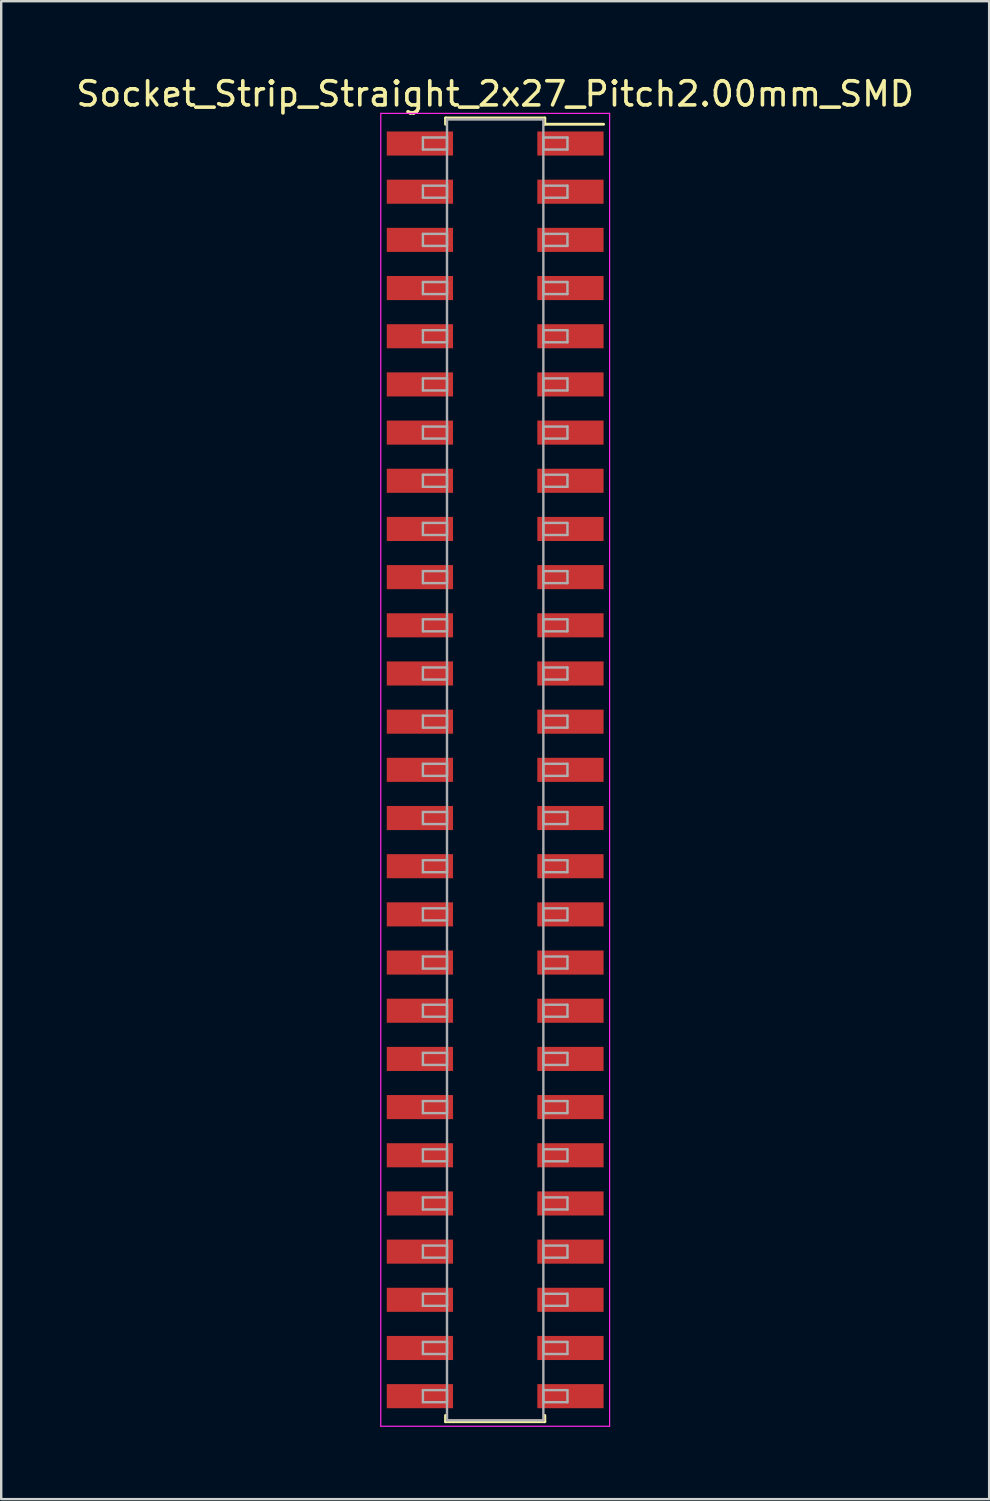
<source format=kicad_pcb>
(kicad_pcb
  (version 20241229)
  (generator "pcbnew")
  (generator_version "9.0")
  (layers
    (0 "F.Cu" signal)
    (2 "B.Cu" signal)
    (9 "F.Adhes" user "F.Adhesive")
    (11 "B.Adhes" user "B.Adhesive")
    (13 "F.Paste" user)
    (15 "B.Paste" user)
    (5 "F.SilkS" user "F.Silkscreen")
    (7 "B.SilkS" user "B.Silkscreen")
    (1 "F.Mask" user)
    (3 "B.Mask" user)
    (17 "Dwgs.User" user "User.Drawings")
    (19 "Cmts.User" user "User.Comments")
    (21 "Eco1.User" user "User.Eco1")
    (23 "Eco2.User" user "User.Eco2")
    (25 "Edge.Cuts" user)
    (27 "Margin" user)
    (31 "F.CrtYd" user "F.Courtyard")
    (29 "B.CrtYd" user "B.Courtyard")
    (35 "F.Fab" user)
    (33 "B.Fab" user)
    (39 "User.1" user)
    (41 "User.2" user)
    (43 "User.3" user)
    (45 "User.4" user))
  (footprint "Socket_Strip_Straight_2x27_Pitch2.00mm_SMD"
    (layer "F.Cu")
    (at 17.506 28.908)
    (property "Reference" "Socket_Strip_Straight_2x27_Pitch2.00mm_SMD" (at 0 -28.06 0) (layer "F.SilkS") (effects (font (size 1 1) (thickness 0.15))))
    (attr smd)
    (fp_line (start -2.06 -27.06) (end 2.06 -27.06) (stroke (width 0.12) (type solid)) (layer "F.SilkS"))
    (fp_line (start -2.06 -26.8) (end -2.06 -27.06) (stroke (width 0.12) (type solid)) (layer "F.SilkS"))
    (fp_line (start -2.06 26.8) (end -2.06 27.06) (stroke (width 0.12) (type solid)) (layer "F.SilkS"))
    (fp_line (start -2.06 27.06) (end 2.06 27.06) (stroke (width 0.12) (type solid)) (layer "F.SilkS"))
    (fp_line (start 2.06 -27.06) (end 2.06 -26.8) (stroke (width 0.12) (type solid)) (layer "F.SilkS"))
    (fp_line (start 2.06 27.06) (end 2.06 26.8) (stroke (width 0.12) (type solid)) (layer "F.SilkS"))
    (fp_line (start 4.5 -26.8) (end 2.06 -26.8) (stroke (width 0.12) (type solid)) (layer "F.SilkS"))
    (fp_line (start -4.75 -27.25) (end -4.75 27.25) (stroke (width 0.05) (type solid)) (layer "F.CrtYd"))
    (fp_line (start -4.75 27.25) (end 4.75 27.25) (stroke (width 0.05) (type solid)) (layer "F.CrtYd"))
    (fp_line (start 4.75 -27.25) (end -4.75 -27.25) (stroke (width 0.05) (type solid)) (layer "F.CrtYd"))
    (fp_line (start 4.75 27.25) (end 4.75 -27.25) (stroke (width 0.05) (type solid)) (layer "F.CrtYd"))
    (fp_line (start -3 -26.25) (end -2 -26.25) (stroke (width 0.1) (type solid)) (layer "F.Fab"))
    (fp_line (start -3 -25.75) (end -3 -26.25) (stroke (width 0.1) (type solid)) (layer "F.Fab"))
    (fp_line (start -3 -24.25) (end -2 -24.25) (stroke (width 0.1) (type solid)) (layer "F.Fab"))
    (fp_line (start -3 -23.75) (end -3 -24.25) (stroke (width 0.1) (type solid)) (layer "F.Fab"))
    (fp_line (start -3 -22.25) (end -2 -22.25) (stroke (width 0.1) (type solid)) (layer "F.Fab"))
    (fp_line (start -3 -21.75) (end -3 -22.25) (stroke (width 0.1) (type solid)) (layer "F.Fab"))
    (fp_line (start -3 -20.25) (end -2 -20.25) (stroke (width 0.1) (type solid)) (layer "F.Fab"))
    (fp_line (start -3 -19.75) (end -3 -20.25) (stroke (width 0.1) (type solid)) (layer "F.Fab"))
    (fp_line (start -3 -18.25) (end -2 -18.25) (stroke (width 0.1) (type solid)) (layer "F.Fab"))
    (fp_line (start -3 -17.75) (end -3 -18.25) (stroke (width 0.1) (type solid)) (layer "F.Fab"))
    (fp_line (start -3 -16.25) (end -2 -16.25) (stroke (width 0.1) (type solid)) (layer "F.Fab"))
    (fp_line (start -3 -15.75) (end -3 -16.25) (stroke (width 0.1) (type solid)) (layer "F.Fab"))
    (fp_line (start -3 -14.25) (end -2 -14.25) (stroke (width 0.1) (type solid)) (layer "F.Fab"))
    (fp_line (start -3 -13.75) (end -3 -14.25) (stroke (width 0.1) (type solid)) (layer "F.Fab"))
    (fp_line (start -3 -12.25) (end -2 -12.25) (stroke (width 0.1) (type solid)) (layer "F.Fab"))
    (fp_line (start -3 -11.75) (end -3 -12.25) (stroke (width 0.1) (type solid)) (layer "F.Fab"))
    (fp_line (start -3 -10.25) (end -2 -10.25) (stroke (width 0.1) (type solid)) (layer "F.Fab"))
    (fp_line (start -3 -9.75) (end -3 -10.25) (stroke (width 0.1) (type solid)) (layer "F.Fab"))
    (fp_line (start -3 -8.25) (end -2 -8.25) (stroke (width 0.1) (type solid)) (layer "F.Fab"))
    (fp_line (start -3 -7.75) (end -3 -8.25) (stroke (width 0.1) (type solid)) (layer "F.Fab"))
    (fp_line (start -3 -6.25) (end -2 -6.25) (stroke (width 0.1) (type solid)) (layer "F.Fab"))
    (fp_line (start -3 -5.75) (end -3 -6.25) (stroke (width 0.1) (type solid)) (layer "F.Fab"))
    (fp_line (start -3 -4.25) (end -2 -4.25) (stroke (width 0.1) (type solid)) (layer "F.Fab"))
    (fp_line (start -3 -3.75) (end -3 -4.25) (stroke (width 0.1) (type solid)) (layer "F.Fab"))
    (fp_line (start -3 -2.25) (end -2 -2.25) (stroke (width 0.1) (type solid)) (layer "F.Fab"))
    (fp_line (start -3 -1.75) (end -3 -2.25) (stroke (width 0.1) (type solid)) (layer "F.Fab"))
    (fp_line (start -3 -0.25) (end -2 -0.25) (stroke (width 0.1) (type solid)) (layer "F.Fab"))
    (fp_line (start -3 0.25) (end -3 -0.25) (stroke (width 0.1) (type solid)) (layer "F.Fab"))
    (fp_line (start -3 1.75) (end -2 1.75) (stroke (width 0.1) (type solid)) (layer "F.Fab"))
    (fp_line (start -3 2.25) (end -3 1.75) (stroke (width 0.1) (type solid)) (layer "F.Fab"))
    (fp_line (start -3 3.75) (end -2 3.75) (stroke (width 0.1) (type solid)) (layer "F.Fab"))
    (fp_line (start -3 4.25) (end -3 3.75) (stroke (width 0.1) (type solid)) (layer "F.Fab"))
    (fp_line (start -3 5.75) (end -2 5.75) (stroke (width 0.1) (type solid)) (layer "F.Fab"))
    (fp_line (start -3 6.25) (end -3 5.75) (stroke (width 0.1) (type solid)) (layer "F.Fab"))
    (fp_line (start -3 7.75) (end -2 7.75) (stroke (width 0.1) (type solid)) (layer "F.Fab"))
    (fp_line (start -3 8.25) (end -3 7.75) (stroke (width 0.1) (type solid)) (layer "F.Fab"))
    (fp_line (start -3 9.75) (end -2 9.75) (stroke (width 0.1) (type solid)) (layer "F.Fab"))
    (fp_line (start -3 10.25) (end -3 9.75) (stroke (width 0.1) (type solid)) (layer "F.Fab"))
    (fp_line (start -3 11.75) (end -2 11.75) (stroke (width 0.1) (type solid)) (layer "F.Fab"))
    (fp_line (start -3 12.25) (end -3 11.75) (stroke (width 0.1) (type solid)) (layer "F.Fab"))
    (fp_line (start -3 13.75) (end -2 13.75) (stroke (width 0.1) (type solid)) (layer "F.Fab"))
    (fp_line (start -3 14.25) (end -3 13.75) (stroke (width 0.1) (type solid)) (layer "F.Fab"))
    (fp_line (start -3 15.75) (end -2 15.75) (stroke (width 0.1) (type solid)) (layer "F.Fab"))
    (fp_line (start -3 16.25) (end -3 15.75) (stroke (width 0.1) (type solid)) (layer "F.Fab"))
    (fp_line (start -3 17.75) (end -2 17.75) (stroke (width 0.1) (type solid)) (layer "F.Fab"))
    (fp_line (start -3 18.25) (end -3 17.75) (stroke (width 0.1) (type solid)) (layer "F.Fab"))
    (fp_line (start -3 19.75) (end -2 19.75) (stroke (width 0.1) (type solid)) (layer "F.Fab"))
    (fp_line (start -3 20.25) (end -3 19.75) (stroke (width 0.1) (type solid)) (layer "F.Fab"))
    (fp_line (start -3 21.75) (end -2 21.75) (stroke (width 0.1) (type solid)) (layer "F.Fab"))
    (fp_line (start -3 22.25) (end -3 21.75) (stroke (width 0.1) (type solid)) (layer "F.Fab"))
    (fp_line (start -3 23.75) (end -2 23.75) (stroke (width 0.1) (type solid)) (layer "F.Fab"))
    (fp_line (start -3 24.25) (end -3 23.75) (stroke (width 0.1) (type solid)) (layer "F.Fab"))
    (fp_line (start -3 25.75) (end -2 25.75) (stroke (width 0.1) (type solid)) (layer "F.Fab"))
    (fp_line (start -3 26.25) (end -3 25.75) (stroke (width 0.1) (type solid)) (layer "F.Fab"))
    (fp_line (start -2 -27) (end -2 27) (stroke (width 0.1) (type solid)) (layer "F.Fab"))
    (fp_line (start -2 -26.25) (end -2 -25.75) (stroke (width 0.1) (type solid)) (layer "F.Fab"))
    (fp_line (start -2 -25.75) (end -3 -25.75) (stroke (width 0.1) (type solid)) (layer "F.Fab"))
    (fp_line (start -2 -24.25) (end -2 -23.75) (stroke (width 0.1) (type solid)) (layer "F.Fab"))
    (fp_line (start -2 -23.75) (end -3 -23.75) (stroke (width 0.1) (type solid)) (layer "F.Fab"))
    (fp_line (start -2 -22.25) (end -2 -21.75) (stroke (width 0.1) (type solid)) (layer "F.Fab"))
    (fp_line (start -2 -21.75) (end -3 -21.75) (stroke (width 0.1) (type solid)) (layer "F.Fab"))
    (fp_line (start -2 -20.25) (end -2 -19.75) (stroke (width 0.1) (type solid)) (layer "F.Fab"))
    (fp_line (start -2 -19.75) (end -3 -19.75) (stroke (width 0.1) (type solid)) (layer "F.Fab"))
    (fp_line (start -2 -18.25) (end -2 -17.75) (stroke (width 0.1) (type solid)) (layer "F.Fab"))
    (fp_line (start -2 -17.75) (end -3 -17.75) (stroke (width 0.1) (type solid)) (layer "F.Fab"))
    (fp_line (start -2 -16.25) (end -2 -15.75) (stroke (width 0.1) (type solid)) (layer "F.Fab"))
    (fp_line (start -2 -15.75) (end -3 -15.75) (stroke (width 0.1) (type solid)) (layer "F.Fab"))
    (fp_line (start -2 -14.25) (end -2 -13.75) (stroke (width 0.1) (type solid)) (layer "F.Fab"))
    (fp_line (start -2 -13.75) (end -3 -13.75) (stroke (width 0.1) (type solid)) (layer "F.Fab"))
    (fp_line (start -2 -12.25) (end -2 -11.75) (stroke (width 0.1) (type solid)) (layer "F.Fab"))
    (fp_line (start -2 -11.75) (end -3 -11.75) (stroke (width 0.1) (type solid)) (layer "F.Fab"))
    (fp_line (start -2 -10.25) (end -2 -9.75) (stroke (width 0.1) (type solid)) (layer "F.Fab"))
    (fp_line (start -2 -9.75) (end -3 -9.75) (stroke (width 0.1) (type solid)) (layer "F.Fab"))
    (fp_line (start -2 -8.25) (end -2 -7.75) (stroke (width 0.1) (type solid)) (layer "F.Fab"))
    (fp_line (start -2 -7.75) (end -3 -7.75) (stroke (width 0.1) (type solid)) (layer "F.Fab"))
    (fp_line (start -2 -6.25) (end -2 -5.75) (stroke (width 0.1) (type solid)) (layer "F.Fab"))
    (fp_line (start -2 -5.75) (end -3 -5.75) (stroke (width 0.1) (type solid)) (layer "F.Fab"))
    (fp_line (start -2 -4.25) (end -2 -3.75) (stroke (width 0.1) (type solid)) (layer "F.Fab"))
    (fp_line (start -2 -3.75) (end -3 -3.75) (stroke (width 0.1) (type solid)) (layer "F.Fab"))
    (fp_line (start -2 -2.25) (end -2 -1.75) (stroke (width 0.1) (type solid)) (layer "F.Fab"))
    (fp_line (start -2 -1.75) (end -3 -1.75) (stroke (width 0.1) (type solid)) (layer "F.Fab"))
    (fp_line (start -2 -0.25) (end -2 0.25) (stroke (width 0.1) (type solid)) (layer "F.Fab"))
    (fp_line (start -2 0.25) (end -3 0.25) (stroke (width 0.1) (type solid)) (layer "F.Fab"))
    (fp_line (start -2 1.75) (end -2 2.25) (stroke (width 0.1) (type solid)) (layer "F.Fab"))
    (fp_line (start -2 2.25) (end -3 2.25) (stroke (width 0.1) (type solid)) (layer "F.Fab"))
    (fp_line (start -2 3.75) (end -2 4.25) (stroke (width 0.1) (type solid)) (layer "F.Fab"))
    (fp_line (start -2 4.25) (end -3 4.25) (stroke (width 0.1) (type solid)) (layer "F.Fab"))
    (fp_line (start -2 5.75) (end -2 6.25) (stroke (width 0.1) (type solid)) (layer "F.Fab"))
    (fp_line (start -2 6.25) (end -3 6.25) (stroke (width 0.1) (type solid)) (layer "F.Fab"))
    (fp_line (start -2 7.75) (end -2 8.25) (stroke (width 0.1) (type solid)) (layer "F.Fab"))
    (fp_line (start -2 8.25) (end -3 8.25) (stroke (width 0.1) (type solid)) (layer "F.Fab"))
    (fp_line (start -2 9.75) (end -2 10.25) (stroke (width 0.1) (type solid)) (layer "F.Fab"))
    (fp_line (start -2 10.25) (end -3 10.25) (stroke (width 0.1) (type solid)) (layer "F.Fab"))
    (fp_line (start -2 11.75) (end -2 12.25) (stroke (width 0.1) (type solid)) (layer "F.Fab"))
    (fp_line (start -2 12.25) (end -3 12.25) (stroke (width 0.1) (type solid)) (layer "F.Fab"))
    (fp_line (start -2 13.75) (end -2 14.25) (stroke (width 0.1) (type solid)) (layer "F.Fab"))
    (fp_line (start -2 14.25) (end -3 14.25) (stroke (width 0.1) (type solid)) (layer "F.Fab"))
    (fp_line (start -2 15.75) (end -2 16.25) (stroke (width 0.1) (type solid)) (layer "F.Fab"))
    (fp_line (start -2 16.25) (end -3 16.25) (stroke (width 0.1) (type solid)) (layer "F.Fab"))
    (fp_line (start -2 17.75) (end -2 18.25) (stroke (width 0.1) (type solid)) (layer "F.Fab"))
    (fp_line (start -2 18.25) (end -3 18.25) (stroke (width 0.1) (type solid)) (layer "F.Fab"))
    (fp_line (start -2 19.75) (end -2 20.25) (stroke (width 0.1) (type solid)) (layer "F.Fab"))
    (fp_line (start -2 20.25) (end -3 20.25) (stroke (width 0.1) (type solid)) (layer "F.Fab"))
    (fp_line (start -2 21.75) (end -2 22.25) (stroke (width 0.1) (type solid)) (layer "F.Fab"))
    (fp_line (start -2 22.25) (end -3 22.25) (stroke (width 0.1) (type solid)) (layer "F.Fab"))
    (fp_line (start -2 23.75) (end -2 24.25) (stroke (width 0.1) (type solid)) (layer "F.Fab"))
    (fp_line (start -2 24.25) (end -3 24.25) (stroke (width 0.1) (type solid)) (layer "F.Fab"))
    (fp_line (start -2 25.75) (end -2 26.25) (stroke (width 0.1) (type solid)) (layer "F.Fab"))
    (fp_line (start -2 26.25) (end -3 26.25) (stroke (width 0.1) (type solid)) (layer "F.Fab"))
    (fp_line (start -2 27) (end 2 27) (stroke (width 0.1) (type solid)) (layer "F.Fab"))
    (fp_line (start 2 -27) (end -2 -27) (stroke (width 0.1) (type solid)) (layer "F.Fab"))
    (fp_line (start 2 -26.25) (end 2 -25.75) (stroke (width 0.1) (type solid)) (layer "F.Fab"))
    (fp_line (start 2 -25.75) (end 3 -25.75) (stroke (width 0.1) (type solid)) (layer "F.Fab"))
    (fp_line (start 2 -24.25) (end 2 -23.75) (stroke (width 0.1) (type solid)) (layer "F.Fab"))
    (fp_line (start 2 -23.75) (end 3 -23.75) (stroke (width 0.1) (type solid)) (layer "F.Fab"))
    (fp_line (start 2 -22.25) (end 2 -21.75) (stroke (width 0.1) (type solid)) (layer "F.Fab"))
    (fp_line (start 2 -21.75) (end 3 -21.75) (stroke (width 0.1) (type solid)) (layer "F.Fab"))
    (fp_line (start 2 -20.25) (end 2 -19.75) (stroke (width 0.1) (type solid)) (layer "F.Fab"))
    (fp_line (start 2 -19.75) (end 3 -19.75) (stroke (width 0.1) (type solid)) (layer "F.Fab"))
    (fp_line (start 2 -18.25) (end 2 -17.75) (stroke (width 0.1) (type solid)) (layer "F.Fab"))
    (fp_line (start 2 -17.75) (end 3 -17.75) (stroke (width 0.1) (type solid)) (layer "F.Fab"))
    (fp_line (start 2 -16.25) (end 2 -15.75) (stroke (width 0.1) (type solid)) (layer "F.Fab"))
    (fp_line (start 2 -15.75) (end 3 -15.75) (stroke (width 0.1) (type solid)) (layer "F.Fab"))
    (fp_line (start 2 -14.25) (end 2 -13.75) (stroke (width 0.1) (type solid)) (layer "F.Fab"))
    (fp_line (start 2 -13.75) (end 3 -13.75) (stroke (width 0.1) (type solid)) (layer "F.Fab"))
    (fp_line (start 2 -12.25) (end 2 -11.75) (stroke (width 0.1) (type solid)) (layer "F.Fab"))
    (fp_line (start 2 -11.75) (end 3 -11.75) (stroke (width 0.1) (type solid)) (layer "F.Fab"))
    (fp_line (start 2 -10.25) (end 2 -9.75) (stroke (width 0.1) (type solid)) (layer "F.Fab"))
    (fp_line (start 2 -9.75) (end 3 -9.75) (stroke (width 0.1) (type solid)) (layer "F.Fab"))
    (fp_line (start 2 -8.25) (end 2 -7.75) (stroke (width 0.1) (type solid)) (layer "F.Fab"))
    (fp_line (start 2 -7.75) (end 3 -7.75) (stroke (width 0.1) (type solid)) (layer "F.Fab"))
    (fp_line (start 2 -6.25) (end 2 -5.75) (stroke (width 0.1) (type solid)) (layer "F.Fab"))
    (fp_line (start 2 -5.75) (end 3 -5.75) (stroke (width 0.1) (type solid)) (layer "F.Fab"))
    (fp_line (start 2 -4.25) (end 2 -3.75) (stroke (width 0.1) (type solid)) (layer "F.Fab"))
    (fp_line (start 2 -3.75) (end 3 -3.75) (stroke (width 0.1) (type solid)) (layer "F.Fab"))
    (fp_line (start 2 -2.25) (end 2 -1.75) (stroke (width 0.1) (type solid)) (layer "F.Fab"))
    (fp_line (start 2 -1.75) (end 3 -1.75) (stroke (width 0.1) (type solid)) (layer "F.Fab"))
    (fp_line (start 2 -0.25) (end 2 0.25) (stroke (width 0.1) (type solid)) (layer "F.Fab"))
    (fp_line (start 2 0.25) (end 3 0.25) (stroke (width 0.1) (type solid)) (layer "F.Fab"))
    (fp_line (start 2 1.75) (end 2 2.25) (stroke (width 0.1) (type solid)) (layer "F.Fab"))
    (fp_line (start 2 2.25) (end 3 2.25) (stroke (width 0.1) (type solid)) (layer "F.Fab"))
    (fp_line (start 2 3.75) (end 2 4.25) (stroke (width 0.1) (type solid)) (layer "F.Fab"))
    (fp_line (start 2 4.25) (end 3 4.25) (stroke (width 0.1) (type solid)) (layer "F.Fab"))
    (fp_line (start 2 5.75) (end 2 6.25) (stroke (width 0.1) (type solid)) (layer "F.Fab"))
    (fp_line (start 2 6.25) (end 3 6.25) (stroke (width 0.1) (type solid)) (layer "F.Fab"))
    (fp_line (start 2 7.75) (end 2 8.25) (stroke (width 0.1) (type solid)) (layer "F.Fab"))
    (fp_line (start 2 8.25) (end 3 8.25) (stroke (width 0.1) (type solid)) (layer "F.Fab"))
    (fp_line (start 2 9.75) (end 2 10.25) (stroke (width 0.1) (type solid)) (layer "F.Fab"))
    (fp_line (start 2 10.25) (end 3 10.25) (stroke (width 0.1) (type solid)) (layer "F.Fab"))
    (fp_line (start 2 11.75) (end 2 12.25) (stroke (width 0.1) (type solid)) (layer "F.Fab"))
    (fp_line (start 2 12.25) (end 3 12.25) (stroke (width 0.1) (type solid)) (layer "F.Fab"))
    (fp_line (start 2 13.75) (end 2 14.25) (stroke (width 0.1) (type solid)) (layer "F.Fab"))
    (fp_line (start 2 14.25) (end 3 14.25) (stroke (width 0.1) (type solid)) (layer "F.Fab"))
    (fp_line (start 2 15.75) (end 2 16.25) (stroke (width 0.1) (type solid)) (layer "F.Fab"))
    (fp_line (start 2 16.25) (end 3 16.25) (stroke (width 0.1) (type solid)) (layer "F.Fab"))
    (fp_line (start 2 17.75) (end 2 18.25) (stroke (width 0.1) (type solid)) (layer "F.Fab"))
    (fp_line (start 2 18.25) (end 3 18.25) (stroke (width 0.1) (type solid)) (layer "F.Fab"))
    (fp_line (start 2 19.75) (end 2 20.25) (stroke (width 0.1) (type solid)) (layer "F.Fab"))
    (fp_line (start 2 20.25) (end 3 20.25) (stroke (width 0.1) (type solid)) (layer "F.Fab"))
    (fp_line (start 2 21.75) (end 2 22.25) (stroke (width 0.1) (type solid)) (layer "F.Fab"))
    (fp_line (start 2 22.25) (end 3 22.25) (stroke (width 0.1) (type solid)) (layer "F.Fab"))
    (fp_line (start 2 23.75) (end 2 24.25) (stroke (width 0.1) (type solid)) (layer "F.Fab"))
    (fp_line (start 2 24.25) (end 3 24.25) (stroke (width 0.1) (type solid)) (layer "F.Fab"))
    (fp_line (start 2 25.75) (end 2 26.25) (stroke (width 0.1) (type solid)) (layer "F.Fab"))
    (fp_line (start 2 26.25) (end 3 26.25) (stroke (width 0.1) (type solid)) (layer "F.Fab"))
    (fp_line (start 2 27) (end 2 -27) (stroke (width 0.1) (type solid)) (layer "F.Fab"))
    (fp_line (start 3 -26.25) (end 2 -26.25) (stroke (width 0.1) (type solid)) (layer "F.Fab"))
    (fp_line (start 3 -25.75) (end 3 -26.25) (stroke (width 0.1) (type solid)) (layer "F.Fab"))
    (fp_line (start 3 -24.25) (end 2 -24.25) (stroke (width 0.1) (type solid)) (layer "F.Fab"))
    (fp_line (start 3 -23.75) (end 3 -24.25) (stroke (width 0.1) (type solid)) (layer "F.Fab"))
    (fp_line (start 3 -22.25) (end 2 -22.25) (stroke (width 0.1) (type solid)) (layer "F.Fab"))
    (fp_line (start 3 -21.75) (end 3 -22.25) (stroke (width 0.1) (type solid)) (layer "F.Fab"))
    (fp_line (start 3 -20.25) (end 2 -20.25) (stroke (width 0.1) (type solid)) (layer "F.Fab"))
    (fp_line (start 3 -19.75) (end 3 -20.25) (stroke (width 0.1) (type solid)) (layer "F.Fab"))
    (fp_line (start 3 -18.25) (end 2 -18.25) (stroke (width 0.1) (type solid)) (layer "F.Fab"))
    (fp_line (start 3 -17.75) (end 3 -18.25) (stroke (width 0.1) (type solid)) (layer "F.Fab"))
    (fp_line (start 3 -16.25) (end 2 -16.25) (stroke (width 0.1) (type solid)) (layer "F.Fab"))
    (fp_line (start 3 -15.75) (end 3 -16.25) (stroke (width 0.1) (type solid)) (layer "F.Fab"))
    (fp_line (start 3 -14.25) (end 2 -14.25) (stroke (width 0.1) (type solid)) (layer "F.Fab"))
    (fp_line (start 3 -13.75) (end 3 -14.25) (stroke (width 0.1) (type solid)) (layer "F.Fab"))
    (fp_line (start 3 -12.25) (end 2 -12.25) (stroke (width 0.1) (type solid)) (layer "F.Fab"))
    (fp_line (start 3 -11.75) (end 3 -12.25) (stroke (width 0.1) (type solid)) (layer "F.Fab"))
    (fp_line (start 3 -10.25) (end 2 -10.25) (stroke (width 0.1) (type solid)) (layer "F.Fab"))
    (fp_line (start 3 -9.75) (end 3 -10.25) (stroke (width 0.1) (type solid)) (layer "F.Fab"))
    (fp_line (start 3 -8.25) (end 2 -8.25) (stroke (width 0.1) (type solid)) (layer "F.Fab"))
    (fp_line (start 3 -7.75) (end 3 -8.25) (stroke (width 0.1) (type solid)) (layer "F.Fab"))
    (fp_line (start 3 -6.25) (end 2 -6.25) (stroke (width 0.1) (type solid)) (layer "F.Fab"))
    (fp_line (start 3 -5.75) (end 3 -6.25) (stroke (width 0.1) (type solid)) (layer "F.Fab"))
    (fp_line (start 3 -4.25) (end 2 -4.25) (stroke (width 0.1) (type solid)) (layer "F.Fab"))
    (fp_line (start 3 -3.75) (end 3 -4.25) (stroke (width 0.1) (type solid)) (layer "F.Fab"))
    (fp_line (start 3 -2.25) (end 2 -2.25) (stroke (width 0.1) (type solid)) (layer "F.Fab"))
    (fp_line (start 3 -1.75) (end 3 -2.25) (stroke (width 0.1) (type solid)) (layer "F.Fab"))
    (fp_line (start 3 -0.25) (end 2 -0.25) (stroke (width 0.1) (type solid)) (layer "F.Fab"))
    (fp_line (start 3 0.25) (end 3 -0.25) (stroke (width 0.1) (type solid)) (layer "F.Fab"))
    (fp_line (start 3 1.75) (end 2 1.75) (stroke (width 0.1) (type solid)) (layer "F.Fab"))
    (fp_line (start 3 2.25) (end 3 1.75) (stroke (width 0.1) (type solid)) (layer "F.Fab"))
    (fp_line (start 3 3.75) (end 2 3.75) (stroke (width 0.1) (type solid)) (layer "F.Fab"))
    (fp_line (start 3 4.25) (end 3 3.75) (stroke (width 0.1) (type solid)) (layer "F.Fab"))
    (fp_line (start 3 5.75) (end 2 5.75) (stroke (width 0.1) (type solid)) (layer "F.Fab"))
    (fp_line (start 3 6.25) (end 3 5.75) (stroke (width 0.1) (type solid)) (layer "F.Fab"))
    (fp_line (start 3 7.75) (end 2 7.75) (stroke (width 0.1) (type solid)) (layer "F.Fab"))
    (fp_line (start 3 8.25) (end 3 7.75) (stroke (width 0.1) (type solid)) (layer "F.Fab"))
    (fp_line (start 3 9.75) (end 2 9.75) (stroke (width 0.1) (type solid)) (layer "F.Fab"))
    (fp_line (start 3 10.25) (end 3 9.75) (stroke (width 0.1) (type solid)) (layer "F.Fab"))
    (fp_line (start 3 11.75) (end 2 11.75) (stroke (width 0.1) (type solid)) (layer "F.Fab"))
    (fp_line (start 3 12.25) (end 3 11.75) (stroke (width 0.1) (type solid)) (layer "F.Fab"))
    (fp_line (start 3 13.75) (end 2 13.75) (stroke (width 0.1) (type solid)) (layer "F.Fab"))
    (fp_line (start 3 14.25) (end 3 13.75) (stroke (width 0.1) (type solid)) (layer "F.Fab"))
    (fp_line (start 3 15.75) (end 2 15.75) (stroke (width 0.1) (type solid)) (layer "F.Fab"))
    (fp_line (start 3 16.25) (end 3 15.75) (stroke (width 0.1) (type solid)) (layer "F.Fab"))
    (fp_line (start 3 17.75) (end 2 17.75) (stroke (width 0.1) (type solid)) (layer "F.Fab"))
    (fp_line (start 3 18.25) (end 3 17.75) (stroke (width 0.1) (type solid)) (layer "F.Fab"))
    (fp_line (start 3 19.75) (end 2 19.75) (stroke (width 0.1) (type solid)) (layer "F.Fab"))
    (fp_line (start 3 20.25) (end 3 19.75) (stroke (width 0.1) (type solid)) (layer "F.Fab"))
    (fp_line (start 3 21.75) (end 2 21.75) (stroke (width 0.1) (type solid)) (layer "F.Fab"))
    (fp_line (start 3 22.25) (end 3 21.75) (stroke (width 0.1) (type solid)) (layer "F.Fab"))
    (fp_line (start 3 23.75) (end 2 23.75) (stroke (width 0.1) (type solid)) (layer "F.Fab"))
    (fp_line (start 3 24.25) (end 3 23.75) (stroke (width 0.1) (type solid)) (layer "F.Fab"))
    (fp_line (start 3 25.75) (end 2 25.75) (stroke (width 0.1) (type solid)) (layer "F.Fab"))
    (fp_line (start 3 26.25) (end 3 25.75) (stroke (width 0.1) (type solid)) (layer "F.Fab"))
    (pad "1" smd rect (at 3.125 -26) (size 2.75 1) (layers "F.Cu" "F.Mask"))
    (pad "2" smd rect (at -3.125 -26) (size 2.75 1) (layers "F.Cu" "F.Mask"))
    (pad "3" smd rect (at 3.125 -24) (size 2.75 1) (layers "F.Cu" "F.Mask"))
    (pad "4" smd rect (at -3.125 -24) (size 2.75 1) (layers "F.Cu" "F.Mask"))
    (pad "5" smd rect (at 3.125 -22) (size 2.75 1) (layers "F.Cu" "F.Mask"))
    (pad "6" smd rect (at -3.125 -22) (size 2.75 1) (layers "F.Cu" "F.Mask"))
    (pad "7" smd rect (at 3.125 -20) (size 2.75 1) (layers "F.Cu" "F.Mask"))
    (pad "8" smd rect (at -3.125 -20) (size 2.75 1) (layers "F.Cu" "F.Mask"))
    (pad "9" smd rect (at 3.125 -18) (size 2.75 1) (layers "F.Cu" "F.Mask"))
    (pad "10" smd rect (at -3.125 -18) (size 2.75 1) (layers "F.Cu" "F.Mask"))
    (pad "11" smd rect (at 3.125 -16) (size 2.75 1) (layers "F.Cu" "F.Mask"))
    (pad "12" smd rect (at -3.125 -16) (size 2.75 1) (layers "F.Cu" "F.Mask"))
    (pad "13" smd rect (at 3.125 -14) (size 2.75 1) (layers "F.Cu" "F.Mask"))
    (pad "14" smd rect (at -3.125 -14) (size 2.75 1) (layers "F.Cu" "F.Mask"))
    (pad "15" smd rect (at 3.125 -12) (size 2.75 1) (layers "F.Cu" "F.Mask"))
    (pad "16" smd rect (at -3.125 -12) (size 2.75 1) (layers "F.Cu" "F.Mask"))
    (pad "17" smd rect (at 3.125 -10) (size 2.75 1) (layers "F.Cu" "F.Mask"))
    (pad "18" smd rect (at -3.125 -10) (size 2.75 1) (layers "F.Cu" "F.Mask"))
    (pad "19" smd rect (at 3.125 -8) (size 2.75 1) (layers "F.Cu" "F.Mask"))
    (pad "20" smd rect (at -3.125 -8) (size 2.75 1) (layers "F.Cu" "F.Mask"))
    (pad "21" smd rect (at 3.125 -6) (size 2.75 1) (layers "F.Cu" "F.Mask"))
    (pad "22" smd rect (at -3.125 -6) (size 2.75 1) (layers "F.Cu" "F.Mask"))
    (pad "23" smd rect (at 3.125 -4) (size 2.75 1) (layers "F.Cu" "F.Mask"))
    (pad "24" smd rect (at -3.125 -4) (size 2.75 1) (layers "F.Cu" "F.Mask"))
    (pad "25" smd rect (at 3.125 -2) (size 2.75 1) (layers "F.Cu" "F.Mask"))
    (pad "26" smd rect (at -3.125 -2) (size 2.75 1) (layers "F.Cu" "F.Mask"))
    (pad "27" smd rect (at 3.125 0) (size 2.75 1) (layers "F.Cu" "F.Mask"))
    (pad "28" smd rect (at -3.125 0) (size 2.75 1) (layers "F.Cu" "F.Mask"))
    (pad "29" smd rect (at 3.125 2) (size 2.75 1) (layers "F.Cu" "F.Mask"))
    (pad "30" smd rect (at -3.125 2) (size 2.75 1) (layers "F.Cu" "F.Mask"))
    (pad "31" smd rect (at 3.125 4) (size 2.75 1) (layers "F.Cu" "F.Mask"))
    (pad "32" smd rect (at -3.125 4) (size 2.75 1) (layers "F.Cu" "F.Mask"))
    (pad "33" smd rect (at 3.125 6) (size 2.75 1) (layers "F.Cu" "F.Mask"))
    (pad "34" smd rect (at -3.125 6) (size 2.75 1) (layers "F.Cu" "F.Mask"))
    (pad "35" smd rect (at 3.125 8) (size 2.75 1) (layers "F.Cu" "F.Mask"))
    (pad "36" smd rect (at -3.125 8) (size 2.75 1) (layers "F.Cu" "F.Mask"))
    (pad "37" smd rect (at 3.125 10) (size 2.75 1) (layers "F.Cu" "F.Mask"))
    (pad "38" smd rect (at -3.125 10) (size 2.75 1) (layers "F.Cu" "F.Mask"))
    (pad "39" smd rect (at 3.125 12) (size 2.75 1) (layers "F.Cu" "F.Mask"))
    (pad "40" smd rect (at -3.125 12) (size 2.75 1) (layers "F.Cu" "F.Mask"))
    (pad "41" smd rect (at 3.125 14) (size 2.75 1) (layers "F.Cu" "F.Mask"))
    (pad "42" smd rect (at -3.125 14) (size 2.75 1) (layers "F.Cu" "F.Mask"))
    (pad "43" smd rect (at 3.125 16) (size 2.75 1) (layers "F.Cu" "F.Mask"))
    (pad "44" smd rect (at -3.125 16) (size 2.75 1) (layers "F.Cu" "F.Mask"))
    (pad "45" smd rect (at 3.125 18) (size 2.75 1) (layers "F.Cu" "F.Mask"))
    (pad "46" smd rect (at -3.125 18) (size 2.75 1) (layers "F.Cu" "F.Mask"))
    (pad "47" smd rect (at 3.125 20) (size 2.75 1) (layers "F.Cu" "F.Mask"))
    (pad "48" smd rect (at -3.125 20) (size 2.75 1) (layers "F.Cu" "F.Mask"))
    (pad "49" smd rect (at 3.125 22) (size 2.75 1) (layers "F.Cu" "F.Mask"))
    (pad "50" smd rect (at -3.125 22) (size 2.75 1) (layers "F.Cu" "F.Mask"))
    (pad "51" smd rect (at 3.125 24) (size 2.75 1) (layers "F.Cu" "F.Mask"))
    (pad "52" smd rect (at -3.125 24) (size 2.75 1) (layers "F.Cu" "F.Mask"))
    (pad "53" smd rect (at 3.125 26) (size 2.75 1) (layers "F.Cu" "F.Mask"))
    (pad "54" smd rect (at -3.125 26) (size 2.75 1) (layers "F.Cu" "F.Mask")))
  (gr_rect
    (start -3 -3)
    (end 38.012 59.183)
    (stroke (width 0.1) (type default))
    (fill no)
    (layer "Edge.Cuts")))
</source>
